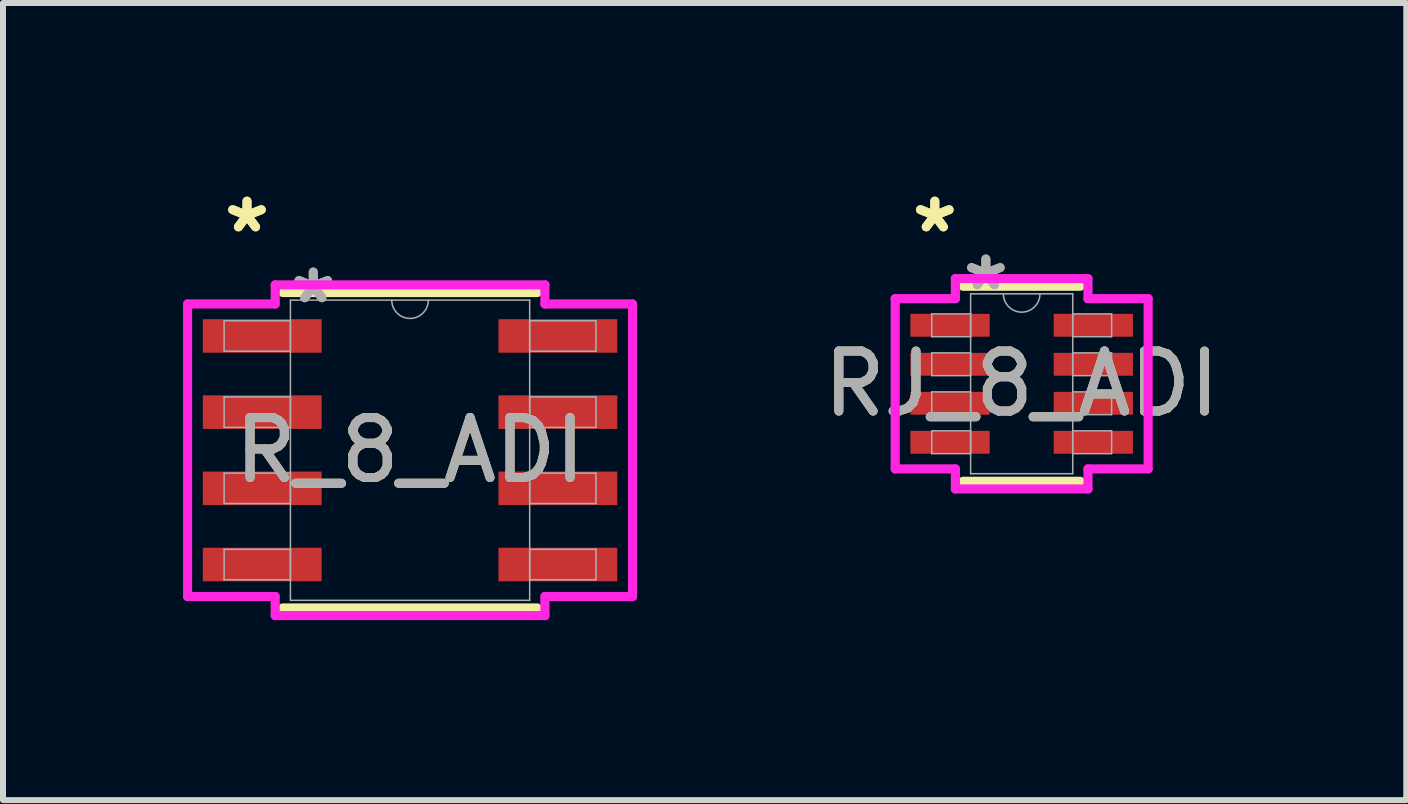
<source format=kicad_pcb>
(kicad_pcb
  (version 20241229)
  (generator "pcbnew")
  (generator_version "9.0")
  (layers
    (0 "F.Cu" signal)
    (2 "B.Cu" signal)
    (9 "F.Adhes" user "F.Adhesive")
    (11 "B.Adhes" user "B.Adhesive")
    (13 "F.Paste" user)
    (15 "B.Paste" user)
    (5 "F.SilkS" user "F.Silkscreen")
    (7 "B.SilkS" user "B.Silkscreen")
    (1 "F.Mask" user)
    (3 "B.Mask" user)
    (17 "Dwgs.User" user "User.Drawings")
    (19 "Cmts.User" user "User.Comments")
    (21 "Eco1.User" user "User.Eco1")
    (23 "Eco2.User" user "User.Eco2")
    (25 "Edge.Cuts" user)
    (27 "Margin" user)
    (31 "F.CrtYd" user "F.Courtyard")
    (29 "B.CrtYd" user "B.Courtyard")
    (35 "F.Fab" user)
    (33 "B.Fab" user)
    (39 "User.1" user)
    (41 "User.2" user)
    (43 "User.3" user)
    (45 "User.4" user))
  (footprint "R_8_ADI"
    (layer "F.Cu")
    (at 3.785 4.455)
    (property "Reference" "R_8_ADI" (at 0 0 0) (unlocked yes) (layer "F.SilkS") (effects (font (size 1 1) (thickness 0.15))))
    (attr smd)
    (fp_line (start -2.121 2.629) (end 2.121 2.629) (stroke (width 0.152) (type solid)) (layer "F.SilkS"))
    (fp_line (start 2.121 -2.629) (end -2.121 -2.629) (stroke (width 0.152) (type solid)) (layer "F.SilkS"))
    (fp_line (start -3.708 -2.438) (end -2.248 -2.438) (stroke (width 0.152) (type solid)) (layer "F.CrtYd"))
    (fp_line (start -3.708 2.438) (end -3.708 -2.438) (stroke (width 0.152) (type solid)) (layer "F.CrtYd"))
    (fp_line (start -3.708 2.438) (end -2.248 2.438) (stroke (width 0.152) (type solid)) (layer "F.CrtYd"))
    (fp_line (start -2.248 -2.756) (end 2.248 -2.756) (stroke (width 0.152) (type solid)) (layer "F.CrtYd"))
    (fp_line (start -2.248 -2.438) (end -2.248 -2.756) (stroke (width 0.152) (type solid)) (layer "F.CrtYd"))
    (fp_line (start -2.248 2.756) (end -2.248 2.438) (stroke (width 0.152) (type solid)) (layer "F.CrtYd"))
    (fp_line (start 2.248 -2.756) (end 2.248 -2.438) (stroke (width 0.152) (type solid)) (layer "F.CrtYd"))
    (fp_line (start 2.248 2.438) (end 2.248 2.756) (stroke (width 0.152) (type solid)) (layer "F.CrtYd"))
    (fp_line (start 2.248 2.756) (end -2.248 2.756) (stroke (width 0.152) (type solid)) (layer "F.CrtYd"))
    (fp_line (start 3.708 -2.438) (end 2.248 -2.438) (stroke (width 0.152) (type solid)) (layer "F.CrtYd"))
    (fp_line (start 3.708 -2.438) (end 3.708 2.438) (stroke (width 0.152) (type solid)) (layer "F.CrtYd"))
    (fp_line (start 3.708 2.438) (end 2.248 2.438) (stroke (width 0.152) (type solid)) (layer "F.CrtYd"))
    (fp_line (start -3.099 -2.159) (end -3.099 -1.651) (stroke (width 0.025) (type solid)) (layer "F.Fab"))
    (fp_line (start -3.099 -1.651) (end -1.994 -1.651) (stroke (width 0.025) (type solid)) (layer "F.Fab"))
    (fp_line (start -3.099 -0.889) (end -3.099 -0.381) (stroke (width 0.025) (type solid)) (layer "F.Fab"))
    (fp_line (start -3.099 -0.381) (end -1.994 -0.381) (stroke (width 0.025) (type solid)) (layer "F.Fab"))
    (fp_line (start -3.099 0.381) (end -3.099 0.889) (stroke (width 0.025) (type solid)) (layer "F.Fab"))
    (fp_line (start -3.099 0.889) (end -1.994 0.889) (stroke (width 0.025) (type solid)) (layer "F.Fab"))
    (fp_line (start -3.099 1.651) (end -3.099 2.159) (stroke (width 0.025) (type solid)) (layer "F.Fab"))
    (fp_line (start -3.099 2.159) (end -1.994 2.159) (stroke (width 0.025) (type solid)) (layer "F.Fab"))
    (fp_line (start -1.994 -2.502) (end -1.994 2.502) (stroke (width 0.025) (type solid)) (layer "F.Fab"))
    (fp_line (start -1.994 -2.159) (end -3.099 -2.159) (stroke (width 0.025) (type solid)) (layer "F.Fab"))
    (fp_line (start -1.994 -1.651) (end -1.994 -2.159) (stroke (width 0.025) (type solid)) (layer "F.Fab"))
    (fp_line (start -1.994 -0.889) (end -3.099 -0.889) (stroke (width 0.025) (type solid)) (layer "F.Fab"))
    (fp_line (start -1.994 -0.381) (end -1.994 -0.889) (stroke (width 0.025) (type solid)) (layer "F.Fab"))
    (fp_line (start -1.994 0.381) (end -3.099 0.381) (stroke (width 0.025) (type solid)) (layer "F.Fab"))
    (fp_line (start -1.994 0.889) (end -1.994 0.381) (stroke (width 0.025) (type solid)) (layer "F.Fab"))
    (fp_line (start -1.994 1.651) (end -3.099 1.651) (stroke (width 0.025) (type solid)) (layer "F.Fab"))
    (fp_line (start -1.994 2.159) (end -1.994 1.651) (stroke (width 0.025) (type solid)) (layer "F.Fab"))
    (fp_line (start -1.994 2.502) (end 1.994 2.502) (stroke (width 0.025) (type solid)) (layer "F.Fab"))
    (fp_line (start 1.994 -2.502) (end -1.994 -2.502) (stroke (width 0.025) (type solid)) (layer "F.Fab"))
    (fp_line (start 1.994 -2.159) (end 1.994 -1.651) (stroke (width 0.025) (type solid)) (layer "F.Fab"))
    (fp_line (start 1.994 -1.651) (end 3.099 -1.651) (stroke (width 0.025) (type solid)) (layer "F.Fab"))
    (fp_line (start 1.994 -0.889) (end 1.994 -0.381) (stroke (width 0.025) (type solid)) (layer "F.Fab"))
    (fp_line (start 1.994 -0.381) (end 3.099 -0.381) (stroke (width 0.025) (type solid)) (layer "F.Fab"))
    (fp_line (start 1.994 0.381) (end 1.994 0.889) (stroke (width 0.025) (type solid)) (layer "F.Fab"))
    (fp_line (start 1.994 0.889) (end 3.099 0.889) (stroke (width 0.025) (type solid)) (layer "F.Fab"))
    (fp_line (start 1.994 1.651) (end 1.994 2.159) (stroke (width 0.025) (type solid)) (layer "F.Fab"))
    (fp_line (start 1.994 2.159) (end 3.099 2.159) (stroke (width 0.025) (type solid)) (layer "F.Fab"))
    (fp_line (start 1.994 2.502) (end 1.994 -2.502) (stroke (width 0.025) (type solid)) (layer "F.Fab"))
    (fp_line (start 3.099 -2.159) (end 1.994 -2.159) (stroke (width 0.025) (type solid)) (layer "F.Fab"))
    (fp_line (start 3.099 -1.651) (end 3.099 -2.159) (stroke (width 0.025) (type solid)) (layer "F.Fab"))
    (fp_line (start 3.099 -0.889) (end 1.994 -0.889) (stroke (width 0.025) (type solid)) (layer "F.Fab"))
    (fp_line (start 3.099 -0.381) (end 3.099 -0.889) (stroke (width 0.025) (type solid)) (layer "F.Fab"))
    (fp_line (start 3.099 0.381) (end 1.994 0.381) (stroke (width 0.025) (type solid)) (layer "F.Fab"))
    (fp_line (start 3.099 0.889) (end 3.099 0.381) (stroke (width 0.025) (type solid)) (layer "F.Fab"))
    (fp_line (start 3.099 1.651) (end 1.994 1.651) (stroke (width 0.025) (type solid)) (layer "F.Fab"))
    (fp_line (start 3.099 2.159) (end 3.099 1.651) (stroke (width 0.025) (type solid)) (layer "F.Fab"))
    (fp_arc (start 0.3048 -2.5019) (mid 0 -2.1971) (end -0.3048 -2.5019) (stroke (width 0.0254) (type solid)) (layer "F.Fab"))
    (fp_text user "*" (at -2.718 -3.607 0) (unlocked yes) (layer "F.SilkS") (effects (font (size 1 1) (thickness 0.15))))
    (fp_text user "*" (at -2.718 -3.607 0) (layer "F.SilkS") (effects (font (size 1 1) (thickness 0.15))))
    (fp_text user "*" (at -1.613 -2.426 0) (layer "F.Fab") (effects (font (size 1 1) (thickness 0.15))))
    (fp_text user "${REFERENCE}" (at 0 0 0) (unlocked yes) (layer "F.Fab") (effects (font (size 1 1) (thickness 0.15))))
    (fp_text user "*" (at -1.613 -2.426 0) (unlocked yes) (layer "F.Fab") (effects (font (size 1 1) (thickness 0.15))))
    (pad "1" smd rect (at -2.464 -1.905) (size 1.981 0.559) (layers "F.Cu" "F.Mask" "F.Paste"))
    (pad "2" smd rect (at -2.464 -0.635) (size 1.981 0.559) (layers "F.Cu" "F.Mask" "F.Paste"))
    (pad "3" smd rect (at -2.464 0.635) (size 1.981 0.559) (layers "F.Cu" "F.Mask" "F.Paste"))
    (pad "4" smd rect (at -2.464 1.905) (size 1.981 0.559) (layers "F.Cu" "F.Mask" "F.Paste"))
    (pad "5" smd rect (at 2.464 1.905) (size 1.981 0.559) (layers "F.Cu" "F.Mask" "F.Paste"))
    (pad "6" smd rect (at 2.464 0.635) (size 1.981 0.559) (layers "F.Cu" "F.Mask" "F.Paste"))
    (pad "7" smd rect (at 2.464 -0.635) (size 1.981 0.559) (layers "F.Cu" "F.Mask" "F.Paste"))
    (pad "8" smd rect (at 2.464 -1.905) (size 1.981 0.559) (layers "F.Cu" "F.Mask" "F.Paste")))
  (footprint "RJ_8_ADI"
    (layer "F.Cu")
    (at 13.98 3.347)
    (property "Reference" "RJ_8_ADI" (at 0 0 0) (unlocked yes) (layer "F.SilkS") (effects (font (size 1 1) (thickness 0.15))))
    (attr smd)
    (fp_line (start -0.978 1.626) (end 0.978 1.626) (stroke (width 0.152) (type solid)) (layer "F.SilkS"))
    (fp_line (start 0.978 -1.626) (end -0.978 -1.626) (stroke (width 0.152) (type solid)) (layer "F.SilkS"))
    (fp_line (start -2.108 -1.419) (end -1.105 -1.419) (stroke (width 0.152) (type solid)) (layer "F.CrtYd"))
    (fp_line (start -2.108 1.419) (end -2.108 -1.419) (stroke (width 0.152) (type solid)) (layer "F.CrtYd"))
    (fp_line (start -1.105 -1.753) (end 1.105 -1.753) (stroke (width 0.152) (type solid)) (layer "F.CrtYd"))
    (fp_line (start -1.105 -1.419) (end -1.105 -1.753) (stroke (width 0.152) (type solid)) (layer "F.CrtYd"))
    (fp_line (start -1.105 1.419) (end -2.108 1.419) (stroke (width 0.152) (type solid)) (layer "F.CrtYd"))
    (fp_line (start -1.105 1.753) (end -1.105 1.419) (stroke (width 0.152) (type solid)) (layer "F.CrtYd"))
    (fp_line (start 1.105 -1.753) (end 1.105 -1.419) (stroke (width 0.152) (type solid)) (layer "F.CrtYd"))
    (fp_line (start 1.105 -1.419) (end 2.108 -1.419) (stroke (width 0.152) (type solid)) (layer "F.CrtYd"))
    (fp_line (start 1.105 1.419) (end 1.105 1.753) (stroke (width 0.152) (type solid)) (layer "F.CrtYd"))
    (fp_line (start 1.105 1.753) (end -1.105 1.753) (stroke (width 0.152) (type solid)) (layer "F.CrtYd"))
    (fp_line (start 2.108 -1.419) (end 2.108 1.419) (stroke (width 0.152) (type solid)) (layer "F.CrtYd"))
    (fp_line (start 2.108 1.419) (end 1.105 1.419) (stroke (width 0.152) (type solid)) (layer "F.CrtYd"))
    (fp_line (start -1.499 -1.165) (end -1.499 -0.784) (stroke (width 0.025) (type solid)) (layer "F.Fab"))
    (fp_line (start -1.499 -0.784) (end -0.851 -0.784) (stroke (width 0.025) (type solid)) (layer "F.Fab"))
    (fp_line (start -1.499 -0.515) (end -1.499 -0.135) (stroke (width 0.025) (type solid)) (layer "F.Fab"))
    (fp_line (start -1.499 -0.135) (end -0.851 -0.135) (stroke (width 0.025) (type solid)) (layer "F.Fab"))
    (fp_line (start -1.499 0.135) (end -1.499 0.515) (stroke (width 0.025) (type solid)) (layer "F.Fab"))
    (fp_line (start -1.499 0.515) (end -0.851 0.515) (stroke (width 0.025) (type solid)) (layer "F.Fab"))
    (fp_line (start -1.499 0.784) (end -1.499 1.165) (stroke (width 0.025) (type solid)) (layer "F.Fab"))
    (fp_line (start -1.499 1.165) (end -0.851 1.165) (stroke (width 0.025) (type solid)) (layer "F.Fab"))
    (fp_line (start -0.851 -1.499) (end -0.851 1.499) (stroke (width 0.025) (type solid)) (layer "F.Fab"))
    (fp_line (start -0.851 -1.165) (end -1.499 -1.165) (stroke (width 0.025) (type solid)) (layer "F.Fab"))
    (fp_line (start -0.851 -0.784) (end -0.851 -1.165) (stroke (width 0.025) (type solid)) (layer "F.Fab"))
    (fp_line (start -0.851 -0.515) (end -1.499 -0.515) (stroke (width 0.025) (type solid)) (layer "F.Fab"))
    (fp_line (start -0.851 -0.135) (end -0.851 -0.515) (stroke (width 0.025) (type solid)) (layer "F.Fab"))
    (fp_line (start -0.851 0.135) (end -1.499 0.135) (stroke (width 0.025) (type solid)) (layer "F.Fab"))
    (fp_line (start -0.851 0.515) (end -0.851 0.135) (stroke (width 0.025) (type solid)) (layer "F.Fab"))
    (fp_line (start -0.851 0.784) (end -1.499 0.784) (stroke (width 0.025) (type solid)) (layer "F.Fab"))
    (fp_line (start -0.851 1.165) (end -0.851 0.784) (stroke (width 0.025) (type solid)) (layer "F.Fab"))
    (fp_line (start -0.851 1.499) (end 0.851 1.499) (stroke (width 0.025) (type solid)) (layer "F.Fab"))
    (fp_line (start 0.851 -1.499) (end -0.851 -1.499) (stroke (width 0.025) (type solid)) (layer "F.Fab"))
    (fp_line (start 0.851 -1.165) (end 0.851 -0.784) (stroke (width 0.025) (type solid)) (layer "F.Fab"))
    (fp_line (start 0.851 -0.784) (end 1.499 -0.784) (stroke (width 0.025) (type solid)) (layer "F.Fab"))
    (fp_line (start 0.851 -0.515) (end 0.851 -0.135) (stroke (width 0.025) (type solid)) (layer "F.Fab"))
    (fp_line (start 0.851 -0.135) (end 1.499 -0.135) (stroke (width 0.025) (type solid)) (layer "F.Fab"))
    (fp_line (start 0.851 0.135) (end 0.851 0.515) (stroke (width 0.025) (type solid)) (layer "F.Fab"))
    (fp_line (start 0.851 0.515) (end 1.499 0.515) (stroke (width 0.025) (type solid)) (layer "F.Fab"))
    (fp_line (start 0.851 0.784) (end 0.851 1.165) (stroke (width 0.025) (type solid)) (layer "F.Fab"))
    (fp_line (start 0.851 1.165) (end 1.499 1.165) (stroke (width 0.025) (type solid)) (layer "F.Fab"))
    (fp_line (start 0.851 1.499) (end 0.851 -1.499) (stroke (width 0.025) (type solid)) (layer "F.Fab"))
    (fp_line (start 1.499 -1.165) (end 0.851 -1.165) (stroke (width 0.025) (type solid)) (layer "F.Fab"))
    (fp_line (start 1.499 -0.784) (end 1.499 -1.165) (stroke (width 0.025) (type solid)) (layer "F.Fab"))
    (fp_line (start 1.499 -0.515) (end 0.851 -0.515) (stroke (width 0.025) (type solid)) (layer "F.Fab"))
    (fp_line (start 1.499 -0.135) (end 1.499 -0.515) (stroke (width 0.025) (type solid)) (layer "F.Fab"))
    (fp_line (start 1.499 0.135) (end 0.851 0.135) (stroke (width 0.025) (type solid)) (layer "F.Fab"))
    (fp_line (start 1.499 0.515) (end 1.499 0.135) (stroke (width 0.025) (type solid)) (layer "F.Fab"))
    (fp_line (start 1.499 0.784) (end 0.851 0.784) (stroke (width 0.025) (type solid)) (layer "F.Fab"))
    (fp_line (start 1.499 1.165) (end 1.499 0.784) (stroke (width 0.025) (type solid)) (layer "F.Fab"))
    (fp_arc (start 0.3048 -1.4986) (mid 0 -1.1938) (end -0.3048 -1.4986) (stroke (width 0.0254) (type solid)) (layer "F.Fab"))
    (fp_text user "*" (at -1.448 -2.499 0) (unlocked yes) (layer "F.SilkS") (effects (font (size 1 1) (thickness 0.15))))
    (fp_text user "*" (at -1.448 -2.499 0) (layer "F.SilkS") (effects (font (size 1 1) (thickness 0.15))))
    (fp_text user "*" (at -0.597 -1.534 0) (layer "F.Fab") (effects (font (size 1 1) (thickness 0.15))))
    (fp_text user "${REFERENCE}" (at 0 0 0) (unlocked yes) (layer "F.Fab") (effects (font (size 1 1) (thickness 0.15))))
    (fp_text user "*" (at -0.597 -1.534 0) (unlocked yes) (layer "F.Fab") (effects (font (size 1 1) (thickness 0.15))))
    (pad "1" smd rect (at -1.194 -0.975) (size 1.321 0.381) (layers "F.Cu" "F.Mask" "F.Paste"))
    (pad "2" smd rect (at -1.194 -0.325) (size 1.321 0.381) (layers "F.Cu" "F.Mask" "F.Paste"))
    (pad "3" smd rect (at -1.194 0.325) (size 1.321 0.381) (layers "F.Cu" "F.Mask" "F.Paste"))
    (pad "4" smd rect (at -1.194 0.975) (size 1.321 0.381) (layers "F.Cu" "F.Mask" "F.Paste"))
    (pad "5" smd rect (at 1.194 0.975) (size 1.321 0.381) (layers "F.Cu" "F.Mask" "F.Paste"))
    (pad "6" smd rect (at 1.194 0.325) (size 1.321 0.381) (layers "F.Cu" "F.Mask" "F.Paste"))
    (pad "7" smd rect (at 1.194 -0.325) (size 1.321 0.381) (layers "F.Cu" "F.Mask" "F.Paste"))
    (pad "8" smd rect (at 1.194 -0.975) (size 1.321 0.381) (layers "F.Cu" "F.Mask" "F.Paste")))
  (gr_rect
    (start -3 -3)
    (end 20.391 10.287)
    (stroke (width 0.1) (type default))
    (fill no)
    (layer "Edge.Cuts")))
</source>
